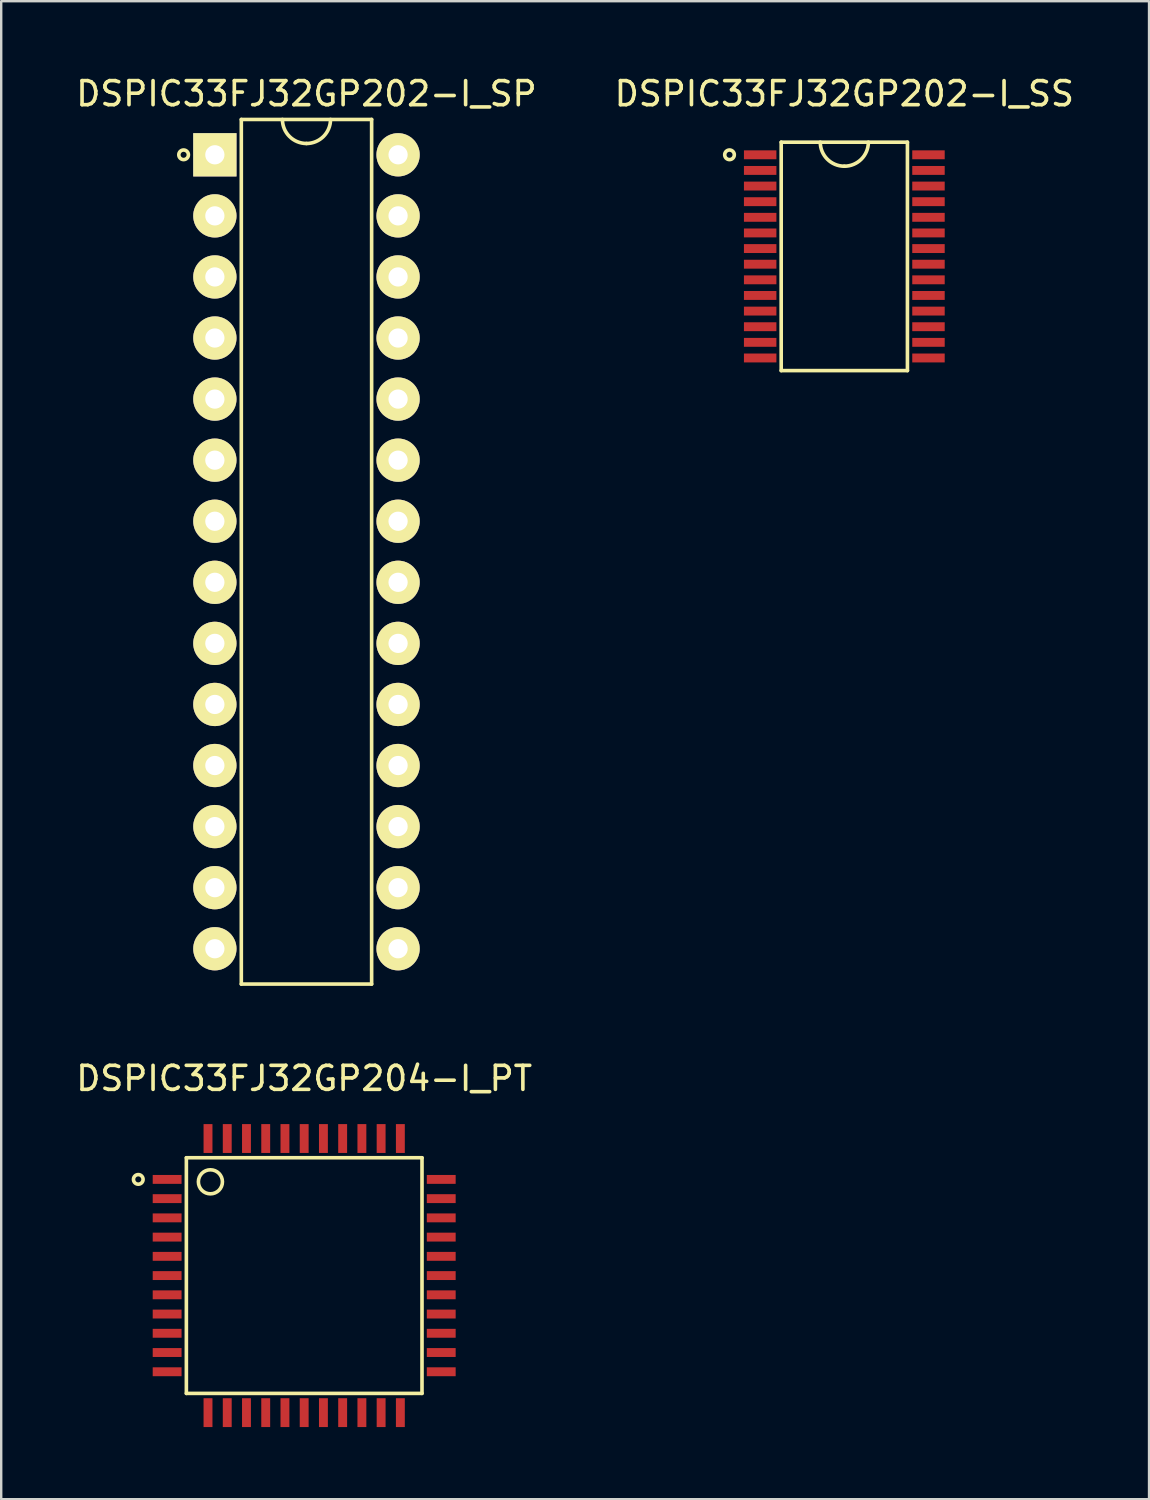
<source format=kicad_pcb>
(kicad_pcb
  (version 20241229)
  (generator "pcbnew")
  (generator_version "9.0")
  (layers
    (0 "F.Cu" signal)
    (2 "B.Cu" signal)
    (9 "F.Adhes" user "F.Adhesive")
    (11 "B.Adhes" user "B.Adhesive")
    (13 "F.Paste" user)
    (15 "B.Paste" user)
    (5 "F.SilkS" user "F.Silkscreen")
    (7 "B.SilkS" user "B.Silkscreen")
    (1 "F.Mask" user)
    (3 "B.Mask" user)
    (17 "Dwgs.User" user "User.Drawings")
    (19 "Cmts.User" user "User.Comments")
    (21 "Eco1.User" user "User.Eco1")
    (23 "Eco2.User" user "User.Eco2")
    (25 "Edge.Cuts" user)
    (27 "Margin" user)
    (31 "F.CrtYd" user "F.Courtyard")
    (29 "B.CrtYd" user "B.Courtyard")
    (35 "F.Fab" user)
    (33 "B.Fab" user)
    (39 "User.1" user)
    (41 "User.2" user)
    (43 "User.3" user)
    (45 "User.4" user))
  (footprint "DSPIC33FJ32GP204-I_PT"
    (layer "F.Cu")
    (at 3.901 44.301)
    (property "Reference" "DSPIC33FJ32GP204-I_PT" (at 5.7 -2.5 0) (layer "F.SilkS") (effects (font (size 1 1) (thickness 0.15))))
    (attr through_hole)
    (fp_line (start 0.8 0.8) (end 0.8 10.6) (stroke (width 0.15) (type solid)) (layer "F.SilkS"))
    (fp_line (start 0.8 0.8) (end 10.6 0.8) (stroke (width 0.15) (type solid)) (layer "F.SilkS"))
    (fp_line (start 0.8 10.6) (end 10.6 10.6) (stroke (width 0.15) (type solid)) (layer "F.SilkS"))
    (fp_line (start 10.6 10.6) (end 10.6 0.8) (stroke (width 0.15) (type solid)) (layer "F.SilkS"))
    (fp_circle (center -1.2 1.7) (end -1.2 1.5) (stroke (width 0.15) (type solid)) (fill no) (layer "F.SilkS"))
    (fp_circle (center 1.8 1.8) (end 1.8 1.3) (stroke (width 0.15) (type solid)) (fill no) (layer "F.SilkS"))
    (pad "1" smd rect (at 0 1.7) (size 1.2 0.37) (layers "F.Cu" "F.Mask" "F.Paste"))
    (pad "2" smd rect (at 0 2.5) (size 1.2 0.37) (layers "F.Cu" "F.Mask" "F.Paste"))
    (pad "3" smd rect (at 0 3.3) (size 1.2 0.37) (layers "F.Cu" "F.Mask" "F.Paste"))
    (pad "4" smd rect (at 0 4.1) (size 1.2 0.37) (layers "F.Cu" "F.Mask" "F.Paste"))
    (pad "5" smd rect (at 0 4.9) (size 1.2 0.37) (layers "F.Cu" "F.Mask" "F.Paste"))
    (pad "6" smd rect (at 0 5.7) (size 1.2 0.37) (layers "F.Cu" "F.Mask" "F.Paste"))
    (pad "7" smd rect (at 0 6.5) (size 1.2 0.37) (layers "F.Cu" "F.Mask" "F.Paste"))
    (pad "8" smd rect (at 0 7.3) (size 1.2 0.37) (layers "F.Cu" "F.Mask" "F.Paste"))
    (pad "9" smd rect (at 0 8.1) (size 1.2 0.37) (layers "F.Cu" "F.Mask" "F.Paste"))
    (pad "10" smd rect (at 0 8.9) (size 1.2 0.37) (layers "F.Cu" "F.Mask" "F.Paste"))
    (pad "11" smd rect (at 0 9.7) (size 1.2 0.37) (layers "F.Cu" "F.Mask" "F.Paste"))
    (pad "12" smd rect (at 1.7 11.4) (size 0.37 1.2) (layers "F.Cu" "F.Mask" "F.Paste"))
    (pad "13" smd rect (at 2.5 11.4) (size 0.37 1.2) (layers "F.Cu" "F.Mask" "F.Paste"))
    (pad "14" smd rect (at 3.3 11.4) (size 0.37 1.2) (layers "F.Cu" "F.Mask" "F.Paste"))
    (pad "15" smd rect (at 4.1 11.4) (size 0.37 1.2) (layers "F.Cu" "F.Mask" "F.Paste"))
    (pad "16" smd rect (at 4.9 11.4) (size 0.37 1.2) (layers "F.Cu" "F.Mask" "F.Paste"))
    (pad "17" smd rect (at 5.7 11.4) (size 0.37 1.2) (layers "F.Cu" "F.Mask" "F.Paste"))
    (pad "18" smd rect (at 6.5 11.4) (size 0.37 1.2) (layers "F.Cu" "F.Mask" "F.Paste"))
    (pad "19" smd rect (at 7.3 11.4) (size 0.37 1.2) (layers "F.Cu" "F.Mask" "F.Paste"))
    (pad "20" smd rect (at 8.1 11.4) (size 0.37 1.2) (layers "F.Cu" "F.Mask" "F.Paste"))
    (pad "21" smd rect (at 8.9 11.4) (size 0.37 1.2) (layers "F.Cu" "F.Mask" "F.Paste"))
    (pad "22" smd rect (at 9.7 11.4) (size 0.37 1.2) (layers "F.Cu" "F.Mask" "F.Paste"))
    (pad "23" smd rect (at 11.4 9.7) (size 1.2 0.37) (layers "F.Cu" "F.Mask" "F.Paste"))
    (pad "24" smd rect (at 11.4 8.9) (size 1.2 0.37) (layers "F.Cu" "F.Mask" "F.Paste"))
    (pad "25" smd rect (at 11.4 8.1) (size 1.2 0.37) (layers "F.Cu" "F.Mask" "F.Paste"))
    (pad "26" smd rect (at 11.4 7.3) (size 1.2 0.37) (layers "F.Cu" "F.Mask" "F.Paste"))
    (pad "27" smd rect (at 11.4 6.5) (size 1.2 0.37) (layers "F.Cu" "F.Mask" "F.Paste"))
    (pad "28" smd rect (at 11.4 5.7) (size 1.2 0.37) (layers "F.Cu" "F.Mask" "F.Paste"))
    (pad "29" smd rect (at 11.4 4.9) (size 1.2 0.37) (layers "F.Cu" "F.Mask" "F.Paste"))
    (pad "30" smd rect (at 11.4 4.1) (size 1.2 0.37) (layers "F.Cu" "F.Mask" "F.Paste"))
    (pad "31" smd rect (at 11.4 3.3) (size 1.2 0.37) (layers "F.Cu" "F.Mask" "F.Paste"))
    (pad "32" smd rect (at 11.4 2.5) (size 1.2 0.37) (layers "F.Cu" "F.Mask" "F.Paste"))
    (pad "33" smd rect (at 11.4 1.7) (size 1.2 0.37) (layers "F.Cu" "F.Mask" "F.Paste"))
    (pad "34" smd rect (at 9.7 0) (size 0.37 1.2) (layers "F.Cu" "F.Mask" "F.Paste"))
    (pad "35" smd rect (at 8.9 0) (size 0.37 1.2) (layers "F.Cu" "F.Mask" "F.Paste"))
    (pad "36" smd rect (at 8.1 0) (size 0.37 1.2) (layers "F.Cu" "F.Mask" "F.Paste"))
    (pad "37" smd rect (at 7.3 0) (size 0.37 1.2) (layers "F.Cu" "F.Mask" "F.Paste"))
    (pad "38" smd rect (at 6.5 0) (size 0.37 1.2) (layers "F.Cu" "F.Mask" "F.Paste"))
    (pad "39" smd rect (at 5.7 0) (size 0.37 1.2) (layers "F.Cu" "F.Mask" "F.Paste"))
    (pad "40" smd rect (at 4.9 0) (size 0.37 1.2) (layers "F.Cu" "F.Mask" "F.Paste"))
    (pad "41" smd rect (at 4.1 0) (size 0.37 1.2) (layers "F.Cu" "F.Mask" "F.Paste"))
    (pad "42" smd rect (at 3.3 0) (size 0.37 1.2) (layers "F.Cu" "F.Mask" "F.Paste"))
    (pad "43" smd rect (at 2.5 0) (size 0.37 1.2) (layers "F.Cu" "F.Mask" "F.Paste"))
    (pad "44" smd rect (at 1.7 0) (size 0.37 1.2) (layers "F.Cu" "F.Mask" "F.Paste")))
  (footprint "DSPIC33FJ32GP202-I_SS"
    (layer "F.Cu")
    (at 28.565 3.388)
    (property "Reference" "DSPIC33FJ32GP202-I_SS" (at 3.5 -2.54 0) (layer "F.SilkS") (effects (font (size 1 1) (thickness 0.15))))
    (attr through_hole)
    (fp_line (start 0.875 -0.525) (end 6.125 -0.525) (stroke (width 0.15) (type solid)) (layer "F.SilkS"))
    (fp_line (start 0.875 8.975) (end 0.875 -0.525) (stroke (width 0.15) (type solid)) (layer "F.SilkS"))
    (fp_line (start 6.125 -0.525) (end 6.125 8.975) (stroke (width 0.15) (type solid)) (layer "F.SilkS"))
    (fp_line (start 6.125 8.975) (end 0.875 8.975) (stroke (width 0.15) (type solid)) (layer "F.SilkS"))
    (fp_arc (start 3.5 0.475) (mid 2.792893 0.182107) (end 2.5 -0.525) (stroke (width 0.15) (type solid)) (layer "F.SilkS"))
    (fp_arc (start 4.5 -0.525) (mid 4.207107 0.182107) (end 3.5 0.475) (stroke (width 0.15) (type solid)) (layer "F.SilkS"))
    (fp_circle (center -1.275 0) (end -1.275 0.2) (stroke (width 0.15) (type solid)) (fill no) (layer "F.SilkS"))
    (pad "1" smd rect (at 0 0) (size 1.35 0.37) (layers "F.Cu" "F.Mask" "F.Paste"))
    (pad "2" smd rect (at 0 0.65) (size 1.35 0.37) (layers "F.Cu" "F.Mask" "F.Paste"))
    (pad "3" smd rect (at 0 1.3) (size 1.35 0.37) (layers "F.Cu" "F.Mask" "F.Paste"))
    (pad "4" smd rect (at 0 1.95) (size 1.35 0.37) (layers "F.Cu" "F.Mask" "F.Paste"))
    (pad "5" smd rect (at 0 2.6) (size 1.35 0.37) (layers "F.Cu" "F.Mask" "F.Paste"))
    (pad "6" smd rect (at 0 3.25) (size 1.35 0.37) (layers "F.Cu" "F.Mask" "F.Paste"))
    (pad "7" smd rect (at 0 3.9) (size 1.35 0.37) (layers "F.Cu" "F.Mask" "F.Paste"))
    (pad "8" smd rect (at 0 4.55) (size 1.35 0.37) (layers "F.Cu" "F.Mask" "F.Paste"))
    (pad "9" smd rect (at 0 5.2) (size 1.35 0.37) (layers "F.Cu" "F.Mask" "F.Paste"))
    (pad "10" smd rect (at 0 5.85) (size 1.35 0.37) (layers "F.Cu" "F.Mask" "F.Paste"))
    (pad "11" smd rect (at 0 6.5) (size 1.35 0.37) (layers "F.Cu" "F.Mask" "F.Paste"))
    (pad "12" smd rect (at 0 7.15) (size 1.35 0.37) (layers "F.Cu" "F.Mask" "F.Paste"))
    (pad "13" smd rect (at 0 7.8) (size 1.35 0.37) (layers "F.Cu" "F.Mask" "F.Paste"))
    (pad "14" smd rect (at 0 8.45) (size 1.35 0.37) (layers "F.Cu" "F.Mask" "F.Paste"))
    (pad "15" smd rect (at 7 8.45) (size 1.35 0.37) (layers "F.Cu" "F.Mask" "F.Paste"))
    (pad "16" smd rect (at 7 7.8) (size 1.35 0.37) (layers "F.Cu" "F.Mask" "F.Paste"))
    (pad "17" smd rect (at 7 7.15) (size 1.35 0.37) (layers "F.Cu" "F.Mask" "F.Paste"))
    (pad "18" smd rect (at 7 6.5) (size 1.35 0.37) (layers "F.Cu" "F.Mask" "F.Paste"))
    (pad "19" smd rect (at 7 5.85) (size 1.35 0.37) (layers "F.Cu" "F.Mask" "F.Paste"))
    (pad "20" smd rect (at 7 5.2) (size 1.35 0.37) (layers "F.Cu" "F.Mask" "F.Paste"))
    (pad "21" smd rect (at 7 4.55) (size 1.35 0.37) (layers "F.Cu" "F.Mask" "F.Paste"))
    (pad "22" smd rect (at 7 3.9) (size 1.35 0.37) (layers "F.Cu" "F.Mask" "F.Paste"))
    (pad "23" smd rect (at 7 3.25) (size 1.35 0.37) (layers "F.Cu" "F.Mask" "F.Paste"))
    (pad "24" smd rect (at 7 2.6) (size 1.35 0.37) (layers "F.Cu" "F.Mask" "F.Paste"))
    (pad "25" smd rect (at 7 1.95) (size 1.35 0.37) (layers "F.Cu" "F.Mask" "F.Paste"))
    (pad "26" smd rect (at 7 1.3) (size 1.35 0.37) (layers "F.Cu" "F.Mask" "F.Paste"))
    (pad "27" smd rect (at 7 0.65) (size 1.35 0.37) (layers "F.Cu" "F.Mask" "F.Paste"))
    (pad "28" smd rect (at 7 0) (size 1.35 0.37) (layers "F.Cu" "F.Mask" "F.Paste")))
  (footprint "DSPIC33FJ32GP202-I_SP"
    (layer "F.Cu")
    (at 5.886 3.388)
    (property "Reference" "DSPIC33FJ32GP202-I_SP" (at 3.81 -2.54 0) (layer "F.SilkS") (effects (font (size 1 1) (thickness 0.15))))
    (attr through_hole)
    (fp_line (start 1.1 -1.47) (end 6.52 -1.47) (stroke (width 0.15) (type solid)) (layer "F.SilkS"))
    (fp_line (start 1.1 34.49) (end 1.1 -1.47) (stroke (width 0.15) (type solid)) (layer "F.SilkS"))
    (fp_line (start 6.52 -1.47) (end 6.52 34.49) (stroke (width 0.15) (type solid)) (layer "F.SilkS"))
    (fp_line (start 6.52 34.49) (end 1.1 34.49) (stroke (width 0.15) (type solid)) (layer "F.SilkS"))
    (fp_arc (start 3.81 -0.47) (mid 3.102893 -0.762893) (end 2.81 -1.47) (stroke (width 0.15) (type solid)) (layer "F.SilkS"))
    (fp_arc (start 4.81 -1.47) (mid 4.517107 -0.762893) (end 3.81 -0.47) (stroke (width 0.15) (type solid)) (layer "F.SilkS"))
    (fp_circle (center -1.3 0) (end -1.3 0.2) (stroke (width 0.15) (type solid)) (fill no) (layer "F.SilkS"))
    (pad "1" thru_hole rect (at 0 0) (size 1.8 1.8) (drill 0.8) (layers "*.Cu" "*.Mask" "F.SilkS"))
    (pad "2" thru_hole circle (at 0 2.54) (size 1.8 1.8) (drill 0.8) (layers "*.Cu" "*.Mask" "F.SilkS"))
    (pad "3" thru_hole circle (at 0 5.08) (size 1.8 1.8) (drill 0.8) (layers "*.Cu" "*.Mask" "F.SilkS"))
    (pad "4" thru_hole circle (at 0 7.62) (size 1.8 1.8) (drill 0.8) (layers "*.Cu" "*.Mask" "F.SilkS"))
    (pad "5" thru_hole circle (at 0 10.16) (size 1.8 1.8) (drill 0.8) (layers "*.Cu" "*.Mask" "F.SilkS"))
    (pad "6" thru_hole circle (at 0 12.7) (size 1.8 1.8) (drill 0.8) (layers "*.Cu" "*.Mask" "F.SilkS"))
    (pad "7" thru_hole circle (at 0 15.24) (size 1.8 1.8) (drill 0.8) (layers "*.Cu" "*.Mask" "F.SilkS"))
    (pad "8" thru_hole circle (at 0 17.78) (size 1.8 1.8) (drill 0.8) (layers "*.Cu" "*.Mask" "F.SilkS"))
    (pad "9" thru_hole circle (at 0 20.32) (size 1.8 1.8) (drill 0.8) (layers "*.Cu" "*.Mask" "F.SilkS"))
    (pad "10" thru_hole circle (at 0 22.86) (size 1.8 1.8) (drill 0.8) (layers "*.Cu" "*.Mask" "F.SilkS"))
    (pad "11" thru_hole circle (at 0 25.4) (size 1.8 1.8) (drill 0.8) (layers "*.Cu" "*.Mask" "F.SilkS"))
    (pad "12" thru_hole circle (at 0 27.94) (size 1.8 1.8) (drill 0.8) (layers "*.Cu" "*.Mask" "F.SilkS"))
    (pad "13" thru_hole circle (at 0 30.48) (size 1.8 1.8) (drill 0.8) (layers "*.Cu" "*.Mask" "F.SilkS"))
    (pad "14" thru_hole circle (at 0 33.02) (size 1.8 1.8) (drill 0.8) (layers "*.Cu" "*.Mask" "F.SilkS"))
    (pad "15" thru_hole circle (at 7.62 33.02) (size 1.8 1.8) (drill 0.8) (layers "*.Cu" "*.Mask" "F.SilkS"))
    (pad "16" thru_hole circle (at 7.62 30.48) (size 1.8 1.8) (drill 0.8) (layers "*.Cu" "*.Mask" "F.SilkS"))
    (pad "17" thru_hole circle (at 7.62 27.94) (size 1.8 1.8) (drill 0.8) (layers "*.Cu" "*.Mask" "F.SilkS"))
    (pad "18" thru_hole circle (at 7.62 25.4) (size 1.8 1.8) (drill 0.8) (layers "*.Cu" "*.Mask" "F.SilkS"))
    (pad "19" thru_hole circle (at 7.62 22.86) (size 1.8 1.8) (drill 0.8) (layers "*.Cu" "*.Mask" "F.SilkS"))
    (pad "20" thru_hole circle (at 7.62 20.32) (size 1.8 1.8) (drill 0.8) (layers "*.Cu" "*.Mask" "F.SilkS"))
    (pad "21" thru_hole circle (at 7.62 17.78) (size 1.8 1.8) (drill 0.8) (layers "*.Cu" "*.Mask" "F.SilkS"))
    (pad "22" thru_hole circle (at 7.62 15.24) (size 1.8 1.8) (drill 0.8) (layers "*.Cu" "*.Mask" "F.SilkS"))
    (pad "23" thru_hole circle (at 7.62 12.7) (size 1.8 1.8) (drill 0.8) (layers "*.Cu" "*.Mask" "F.SilkS"))
    (pad "24" thru_hole circle (at 7.62 10.16) (size 1.8 1.8) (drill 0.8) (layers "*.Cu" "*.Mask" "F.SilkS"))
    (pad "25" thru_hole circle (at 7.62 7.62) (size 1.8 1.8) (drill 0.8) (layers "*.Cu" "*.Mask" "F.SilkS"))
    (pad "26" thru_hole circle (at 7.62 5.08) (size 1.8 1.8) (drill 0.8) (layers "*.Cu" "*.Mask" "F.SilkS"))
    (pad "27" thru_hole circle (at 7.62 2.54) (size 1.8 1.8) (drill 0.8) (layers "*.Cu" "*.Mask" "F.SilkS"))
    (pad "28" thru_hole circle (at 7.62 0) (size 1.8 1.8) (drill 0.8) (layers "*.Cu" "*.Mask" "F.SilkS")))
  (gr_rect
    (start -3 -3)
    (end 44.738 59.301)
    (stroke (width 0.1) (type default))
    (fill no)
    (layer "Edge.Cuts")))
</source>
